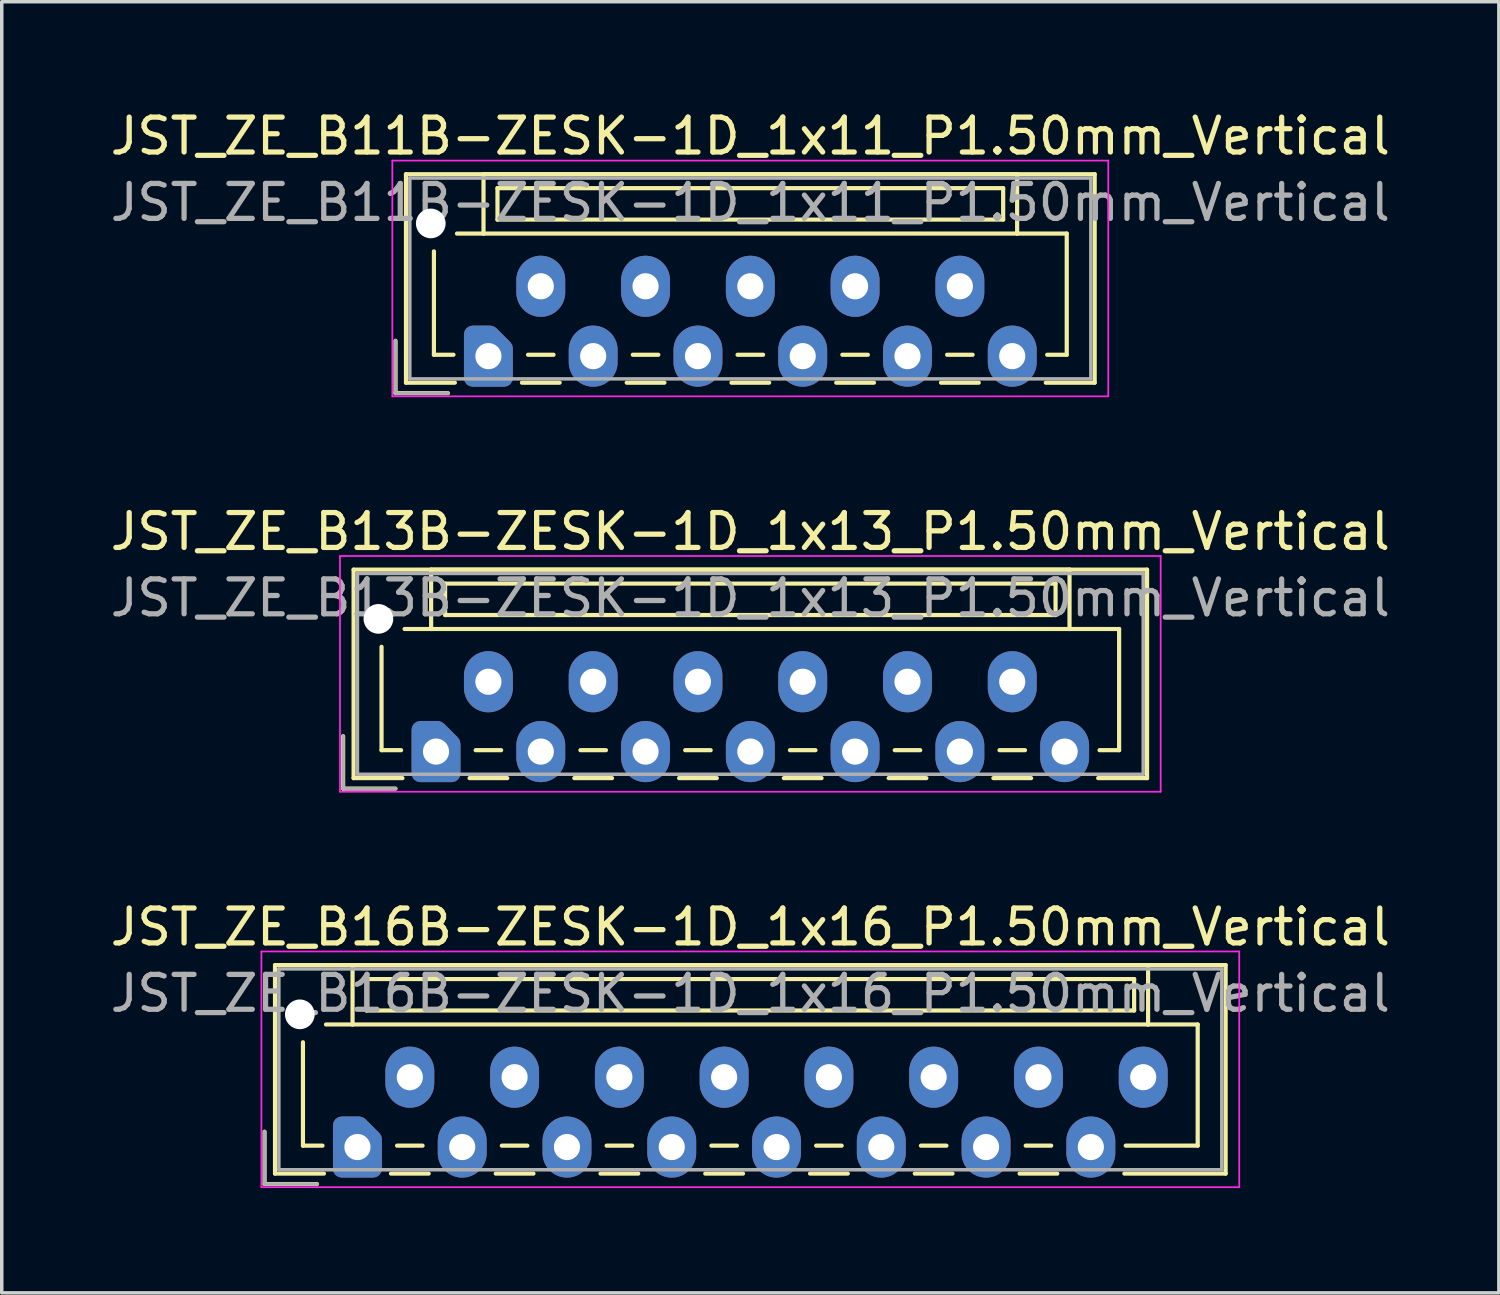
<source format=kicad_pcb>
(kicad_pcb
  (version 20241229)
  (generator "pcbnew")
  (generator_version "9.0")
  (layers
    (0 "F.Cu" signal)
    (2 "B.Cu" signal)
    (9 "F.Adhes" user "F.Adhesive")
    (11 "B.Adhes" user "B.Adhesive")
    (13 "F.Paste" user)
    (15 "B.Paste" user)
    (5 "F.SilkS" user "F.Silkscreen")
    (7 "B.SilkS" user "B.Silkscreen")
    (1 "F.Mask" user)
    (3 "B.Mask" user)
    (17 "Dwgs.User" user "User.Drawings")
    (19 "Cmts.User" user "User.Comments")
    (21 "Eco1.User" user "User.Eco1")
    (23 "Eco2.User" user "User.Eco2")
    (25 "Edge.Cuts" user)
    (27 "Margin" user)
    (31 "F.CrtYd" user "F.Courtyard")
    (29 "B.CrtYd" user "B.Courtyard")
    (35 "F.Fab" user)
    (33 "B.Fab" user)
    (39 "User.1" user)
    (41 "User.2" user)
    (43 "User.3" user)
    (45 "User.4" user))
  (footprint "JST_ZE_B13B-ZESK-1D_1x13_P1.50mm_Vertical"
    (layer "F.Cu")
    (at 9.435 18.471)
    (property "Reference" "JST_ZE_B13B-ZESK-1D_1x13_P1.50mm_Vertical" (at 9 -6.3 0) (layer "F.SilkS") (effects (font (size 1 1) (thickness 0.15))))
    (attr through_hole)
    (fp_line (start -2.66 -0.44) (end -2.66 1.06) (stroke (width 0.12) (type solid)) (layer "F.SilkS"))
    (fp_line (start -2.66 1.06) (end -1.16 1.06) (stroke (width 0.12) (type solid)) (layer "F.SilkS"))
    (fp_line (start -2.36 -5.21) (end 20.36 -5.21) (stroke (width 0.12) (type solid)) (layer "F.SilkS"))
    (fp_line (start -2.36 0.76) (end -2.36 -5.21) (stroke (width 0.12) (type solid)) (layer "F.SilkS"))
    (fp_line (start -1.56 -3) (end -1.56 -0.04) (stroke (width 0.12) (type solid)) (layer "F.SilkS"))
    (fp_line (start -1.56 -0.04) (end -1 -0.04) (stroke (width 0.12) (type solid)) (layer "F.SilkS"))
    (fp_line (start -0.96 0.76) (end -2.36 0.76) (stroke (width 0.12) (type solid)) (layer "F.SilkS"))
    (fp_line (start -0.14 -5.21) (end -0.14 -3.51) (stroke (width 0.12) (type solid)) (layer "F.SilkS"))
    (fp_line (start -0.14 -3.51) (end -0.9 -3.51) (stroke (width 0.12) (type solid)) (layer "F.SilkS"))
    (fp_line (start -0.14 -3.51) (end 18.14 -3.51) (stroke (width 0.12) (type solid)) (layer "F.SilkS"))
    (fp_line (start 0.26 -4.81) (end 0.26 -3.91) (stroke (width 0.12) (type solid)) (layer "F.SilkS"))
    (fp_line (start 0.26 -3.91) (end 17.74 -3.91) (stroke (width 0.12) (type solid)) (layer "F.SilkS"))
    (fp_line (start 0.96 0.76) (end 2.04 0.76) (stroke (width 0.12) (type solid)) (layer "F.SilkS"))
    (fp_line (start 1.135 -0.04) (end 1.865 -0.04) (stroke (width 0.12) (type solid)) (layer "F.SilkS"))
    (fp_line (start 3.96 0.76) (end 5.04 0.76) (stroke (width 0.12) (type solid)) (layer "F.SilkS"))
    (fp_line (start 4.135 -0.04) (end 4.865 -0.04) (stroke (width 0.12) (type solid)) (layer "F.SilkS"))
    (fp_line (start 6.96 0.76) (end 8.04 0.76) (stroke (width 0.12) (type solid)) (layer "F.SilkS"))
    (fp_line (start 7.135 -0.04) (end 7.865 -0.04) (stroke (width 0.12) (type solid)) (layer "F.SilkS"))
    (fp_line (start 9.96 0.76) (end 11.04 0.76) (stroke (width 0.12) (type solid)) (layer "F.SilkS"))
    (fp_line (start 10.135 -0.04) (end 10.865 -0.04) (stroke (width 0.12) (type solid)) (layer "F.SilkS"))
    (fp_line (start 12.96 0.76) (end 14.04 0.76) (stroke (width 0.12) (type solid)) (layer "F.SilkS"))
    (fp_line (start 13.135 -0.04) (end 13.865 -0.04) (stroke (width 0.12) (type solid)) (layer "F.SilkS"))
    (fp_line (start 15.96 0.76) (end 17.04 0.76) (stroke (width 0.12) (type solid)) (layer "F.SilkS"))
    (fp_line (start 16.135 -0.04) (end 16.865 -0.04) (stroke (width 0.12) (type solid)) (layer "F.SilkS"))
    (fp_line (start 17.74 -4.81) (end 0.26 -4.81) (stroke (width 0.12) (type solid)) (layer "F.SilkS"))
    (fp_line (start 17.74 -3.91) (end 17.74 -4.81) (stroke (width 0.12) (type solid)) (layer "F.SilkS"))
    (fp_line (start 18.14 -5.21) (end -0.14 -5.21) (stroke (width 0.12) (type solid)) (layer "F.SilkS"))
    (fp_line (start 18.14 -3.51) (end 18.14 -5.21) (stroke (width 0.12) (type solid)) (layer "F.SilkS"))
    (fp_line (start 18.14 -3.51) (end 19.56 -3.51) (stroke (width 0.12) (type solid)) (layer "F.SilkS"))
    (fp_line (start 19.56 -3.51) (end 19.56 -0.04) (stroke (width 0.12) (type solid)) (layer "F.SilkS"))
    (fp_line (start 19.56 -0.04) (end 19 -0.04) (stroke (width 0.12) (type solid)) (layer "F.SilkS"))
    (fp_line (start 20.36 -5.21) (end 20.36 0.76) (stroke (width 0.12) (type solid)) (layer "F.SilkS"))
    (fp_line (start 20.36 0.76) (end 18.96 0.76) (stroke (width 0.12) (type solid)) (layer "F.SilkS"))
    (fp_line (start -2.75 -5.6) (end -2.75 1.15) (stroke (width 0.05) (type solid)) (layer "F.CrtYd"))
    (fp_line (start -2.75 1.15) (end 20.75 1.15) (stroke (width 0.05) (type solid)) (layer "F.CrtYd"))
    (fp_line (start 20.75 -5.6) (end -2.75 -5.6) (stroke (width 0.05) (type solid)) (layer "F.CrtYd"))
    (fp_line (start 20.75 1.15) (end 20.75 -5.6) (stroke (width 0.05) (type solid)) (layer "F.CrtYd"))
    (fp_line (start -2.66 -0.44) (end -2.66 1.06) (stroke (width 0.1) (type solid)) (layer "F.Fab"))
    (fp_line (start -2.66 1.06) (end -1.16 1.06) (stroke (width 0.1) (type solid)) (layer "F.Fab"))
    (fp_line (start -2.25 -5.1) (end -2.25 0.65) (stroke (width 0.1) (type solid)) (layer "F.Fab"))
    (fp_line (start -2.25 0.65) (end 20.25 0.65) (stroke (width 0.1) (type solid)) (layer "F.Fab"))
    (fp_line (start 20.25 -5.1) (end -2.25 -5.1) (stroke (width 0.1) (type solid)) (layer "F.Fab"))
    (fp_line (start 20.25 0.65) (end 20.25 -5.1) (stroke (width 0.1) (type solid)) (layer "F.Fab"))
    (fp_text user "${REFERENCE}" (at 9 -4.4 0) (layer "F.Fab") (effects (font (size 1 1) (thickness 0.15))))
    (pad "" np_thru_hole circle (at -1.65 -3.8) (size 0.85 0.85) (drill 0.85) (layers "*.Cu" "*.Mask"))
    (pad "1" thru_hole custom (at 0 0) (size 1.117 1.117) (drill 0.75) (layers "*.Cu" "*.Mask") (options (anchor circle)) (primitives (gr_poly (pts (xy -0.45 -0.625) (xy 0.05 -0.625) (xy 0.45 -0.225) (xy 0.45 0.625) (xy -0.45 0.625)) (width 0.5) (fill yes))))
    (pad "2" thru_hole oval (at 1.5 -2) (size 1.4 1.75) (drill 0.75) (layers "*.Cu" "*.Mask"))
    (pad "3" thru_hole oval (at 3 0) (size 1.4 1.75) (drill 0.75) (layers "*.Cu" "*.Mask"))
    (pad "4" thru_hole oval (at 4.5 -2) (size 1.4 1.75) (drill 0.75) (layers "*.Cu" "*.Mask"))
    (pad "5" thru_hole oval (at 6 0) (size 1.4 1.75) (drill 0.75) (layers "*.Cu" "*.Mask"))
    (pad "6" thru_hole oval (at 7.5 -2) (size 1.4 1.75) (drill 0.75) (layers "*.Cu" "*.Mask"))
    (pad "7" thru_hole oval (at 9 0) (size 1.4 1.75) (drill 0.75) (layers "*.Cu" "*.Mask"))
    (pad "8" thru_hole oval (at 10.5 -2) (size 1.4 1.75) (drill 0.75) (layers "*.Cu" "*.Mask"))
    (pad "9" thru_hole oval (at 12 0) (size 1.4 1.75) (drill 0.75) (layers "*.Cu" "*.Mask"))
    (pad "10" thru_hole oval (at 13.5 -2) (size 1.4 1.75) (drill 0.75) (layers "*.Cu" "*.Mask"))
    (pad "11" thru_hole oval (at 15 0) (size 1.4 1.75) (drill 0.75) (layers "*.Cu" "*.Mask"))
    (pad "12" thru_hole oval (at 16.5 -2) (size 1.4 1.75) (drill 0.75) (layers "*.Cu" "*.Mask"))
    (pad "13" thru_hole oval (at 18 0) (size 1.4 1.75) (drill 0.75) (layers "*.Cu" "*.Mask")))
  (footprint "JST_ZE_B16B-ZESK-1D_1x16_P1.50mm_Vertical"
    (layer "F.Cu")
    (at 7.185 29.795)
    (property "Reference" "JST_ZE_B16B-ZESK-1D_1x16_P1.50mm_Vertical" (at 11.25 -6.3 0) (layer "F.SilkS") (effects (font (size 1 1) (thickness 0.15))))
    (attr through_hole)
    (fp_line (start -2.66 -0.44) (end -2.66 1.06) (stroke (width 0.12) (type solid)) (layer "F.SilkS"))
    (fp_line (start -2.66 1.06) (end -1.16 1.06) (stroke (width 0.12) (type solid)) (layer "F.SilkS"))
    (fp_line (start -2.36 -5.21) (end 24.86 -5.21) (stroke (width 0.12) (type solid)) (layer "F.SilkS"))
    (fp_line (start -2.36 0.76) (end -2.36 -5.21) (stroke (width 0.12) (type solid)) (layer "F.SilkS"))
    (fp_line (start -1.56 -3) (end -1.56 -0.04) (stroke (width 0.12) (type solid)) (layer "F.SilkS"))
    (fp_line (start -1.56 -0.04) (end -1 -0.04) (stroke (width 0.12) (type solid)) (layer "F.SilkS"))
    (fp_line (start -0.96 0.76) (end -2.36 0.76) (stroke (width 0.12) (type solid)) (layer "F.SilkS"))
    (fp_line (start -0.14 -5.21) (end -0.14 -3.51) (stroke (width 0.12) (type solid)) (layer "F.SilkS"))
    (fp_line (start -0.14 -3.51) (end -0.9 -3.51) (stroke (width 0.12) (type solid)) (layer "F.SilkS"))
    (fp_line (start -0.14 -3.51) (end 22.64 -3.51) (stroke (width 0.12) (type solid)) (layer "F.SilkS"))
    (fp_line (start 0.26 -4.81) (end 0.26 -3.91) (stroke (width 0.12) (type solid)) (layer "F.SilkS"))
    (fp_line (start 0.26 -3.91) (end 22.24 -3.91) (stroke (width 0.12) (type solid)) (layer "F.SilkS"))
    (fp_line (start 0.96 0.76) (end 2.04 0.76) (stroke (width 0.12) (type solid)) (layer "F.SilkS"))
    (fp_line (start 1.135 -0.04) (end 1.865 -0.04) (stroke (width 0.12) (type solid)) (layer "F.SilkS"))
    (fp_line (start 3.96 0.76) (end 5.04 0.76) (stroke (width 0.12) (type solid)) (layer "F.SilkS"))
    (fp_line (start 4.135 -0.04) (end 4.865 -0.04) (stroke (width 0.12) (type solid)) (layer "F.SilkS"))
    (fp_line (start 6.96 0.76) (end 8.04 0.76) (stroke (width 0.12) (type solid)) (layer "F.SilkS"))
    (fp_line (start 7.135 -0.04) (end 7.865 -0.04) (stroke (width 0.12) (type solid)) (layer "F.SilkS"))
    (fp_line (start 9.96 0.76) (end 11.04 0.76) (stroke (width 0.12) (type solid)) (layer "F.SilkS"))
    (fp_line (start 10.135 -0.04) (end 10.865 -0.04) (stroke (width 0.12) (type solid)) (layer "F.SilkS"))
    (fp_line (start 12.96 0.76) (end 14.04 0.76) (stroke (width 0.12) (type solid)) (layer "F.SilkS"))
    (fp_line (start 13.135 -0.04) (end 13.865 -0.04) (stroke (width 0.12) (type solid)) (layer "F.SilkS"))
    (fp_line (start 15.96 0.76) (end 17.04 0.76) (stroke (width 0.12) (type solid)) (layer "F.SilkS"))
    (fp_line (start 16.135 -0.04) (end 16.865 -0.04) (stroke (width 0.12) (type solid)) (layer "F.SilkS"))
    (fp_line (start 18.96 0.76) (end 20.04 0.76) (stroke (width 0.12) (type solid)) (layer "F.SilkS"))
    (fp_line (start 19.135 -0.04) (end 19.865 -0.04) (stroke (width 0.12) (type solid)) (layer "F.SilkS"))
    (fp_line (start 22.24 -4.81) (end 0.26 -4.81) (stroke (width 0.12) (type solid)) (layer "F.SilkS"))
    (fp_line (start 22.24 -3.91) (end 22.24 -4.81) (stroke (width 0.12) (type solid)) (layer "F.SilkS"))
    (fp_line (start 22.64 -5.21) (end -0.14 -5.21) (stroke (width 0.12) (type solid)) (layer "F.SilkS"))
    (fp_line (start 22.64 -3.51) (end 22.64 -5.21) (stroke (width 0.12) (type solid)) (layer "F.SilkS"))
    (fp_line (start 22.64 -3.51) (end 24.06 -3.51) (stroke (width 0.12) (type solid)) (layer "F.SilkS"))
    (fp_line (start 24.06 -3.51) (end 24.06 -0.04) (stroke (width 0.12) (type solid)) (layer "F.SilkS"))
    (fp_line (start 24.06 -0.04) (end 22 -0.04) (stroke (width 0.12) (type solid)) (layer "F.SilkS"))
    (fp_line (start 24.86 -5.21) (end 24.86 0.76) (stroke (width 0.12) (type solid)) (layer "F.SilkS"))
    (fp_line (start 24.86 0.76) (end 21.96 0.76) (stroke (width 0.12) (type solid)) (layer "F.SilkS"))
    (fp_line (start -2.75 -5.6) (end -2.75 1.15) (stroke (width 0.05) (type solid)) (layer "F.CrtYd"))
    (fp_line (start -2.75 1.15) (end 25.25 1.15) (stroke (width 0.05) (type solid)) (layer "F.CrtYd"))
    (fp_line (start 25.25 -5.6) (end -2.75 -5.6) (stroke (width 0.05) (type solid)) (layer "F.CrtYd"))
    (fp_line (start 25.25 1.15) (end 25.25 -5.6) (stroke (width 0.05) (type solid)) (layer "F.CrtYd"))
    (fp_line (start -2.66 -0.44) (end -2.66 1.06) (stroke (width 0.1) (type solid)) (layer "F.Fab"))
    (fp_line (start -2.66 1.06) (end -1.16 1.06) (stroke (width 0.1) (type solid)) (layer "F.Fab"))
    (fp_line (start -2.25 -5.1) (end -2.25 0.65) (stroke (width 0.1) (type solid)) (layer "F.Fab"))
    (fp_line (start -2.25 0.65) (end 24.75 0.65) (stroke (width 0.1) (type solid)) (layer "F.Fab"))
    (fp_line (start 24.75 -5.1) (end -2.25 -5.1) (stroke (width 0.1) (type solid)) (layer "F.Fab"))
    (fp_line (start 24.75 0.65) (end 24.75 -5.1) (stroke (width 0.1) (type solid)) (layer "F.Fab"))
    (fp_text user "${REFERENCE}" (at 11.25 -4.4 0) (layer "F.Fab") (effects (font (size 1 1) (thickness 0.15))))
    (pad "" np_thru_hole circle (at -1.65 -3.8) (size 0.85 0.85) (drill 0.85) (layers "*.Cu" "*.Mask"))
    (pad "1" thru_hole custom (at 0 0) (size 1.117 1.117) (drill 0.75) (layers "*.Cu" "*.Mask") (options (anchor circle)) (primitives (gr_poly (pts (xy -0.45 -0.625) (xy 0.05 -0.625) (xy 0.45 -0.225) (xy 0.45 0.625) (xy -0.45 0.625)) (width 0.5) (fill yes))))
    (pad "2" thru_hole oval (at 1.5 -2) (size 1.4 1.75) (drill 0.75) (layers "*.Cu" "*.Mask"))
    (pad "3" thru_hole oval (at 3 0) (size 1.4 1.75) (drill 0.75) (layers "*.Cu" "*.Mask"))
    (pad "4" thru_hole oval (at 4.5 -2) (size 1.4 1.75) (drill 0.75) (layers "*.Cu" "*.Mask"))
    (pad "5" thru_hole oval (at 6 0) (size 1.4 1.75) (drill 0.75) (layers "*.Cu" "*.Mask"))
    (pad "6" thru_hole oval (at 7.5 -2) (size 1.4 1.75) (drill 0.75) (layers "*.Cu" "*.Mask"))
    (pad "7" thru_hole oval (at 9 0) (size 1.4 1.75) (drill 0.75) (layers "*.Cu" "*.Mask"))
    (pad "8" thru_hole oval (at 10.5 -2) (size 1.4 1.75) (drill 0.75) (layers "*.Cu" "*.Mask"))
    (pad "9" thru_hole oval (at 12 0) (size 1.4 1.75) (drill 0.75) (layers "*.Cu" "*.Mask"))
    (pad "10" thru_hole oval (at 13.5 -2) (size 1.4 1.75) (drill 0.75) (layers "*.Cu" "*.Mask"))
    (pad "11" thru_hole oval (at 15 0) (size 1.4 1.75) (drill 0.75) (layers "*.Cu" "*.Mask"))
    (pad "12" thru_hole oval (at 16.5 -2) (size 1.4 1.75) (drill 0.75) (layers "*.Cu" "*.Mask"))
    (pad "13" thru_hole oval (at 18 0) (size 1.4 1.75) (drill 0.75) (layers "*.Cu" "*.Mask"))
    (pad "14" thru_hole oval (at 19.5 -2) (size 1.4 1.75) (drill 0.75) (layers "*.Cu" "*.Mask"))
    (pad "15" thru_hole oval (at 21 0) (size 1.4 1.75) (drill 0.75) (layers "*.Cu" "*.Mask"))
    (pad "16" thru_hole oval (at 22.5 -2) (size 1.4 1.75) (drill 0.75) (layers "*.Cu" "*.Mask")))
  (footprint "JST_ZE_B11B-ZESK-1D_1x11_P1.50mm_Vertical"
    (layer "F.Cu")
    (at 10.935 7.148)
    (property "Reference" "JST_ZE_B11B-ZESK-1D_1x11_P1.50mm_Vertical" (at 7.5 -6.3 0) (layer "F.SilkS") (effects (font (size 1 1) (thickness 0.15))))
    (attr through_hole)
    (fp_line (start -2.66 -0.44) (end -2.66 1.06) (stroke (width 0.12) (type solid)) (layer "F.SilkS"))
    (fp_line (start -2.66 1.06) (end -1.16 1.06) (stroke (width 0.12) (type solid)) (layer "F.SilkS"))
    (fp_line (start -2.36 -5.21) (end 17.36 -5.21) (stroke (width 0.12) (type solid)) (layer "F.SilkS"))
    (fp_line (start -2.36 0.76) (end -2.36 -5.21) (stroke (width 0.12) (type solid)) (layer "F.SilkS"))
    (fp_line (start -1.56 -3) (end -1.56 -0.04) (stroke (width 0.12) (type solid)) (layer "F.SilkS"))
    (fp_line (start -1.56 -0.04) (end -1 -0.04) (stroke (width 0.12) (type solid)) (layer "F.SilkS"))
    (fp_line (start -0.96 0.76) (end -2.36 0.76) (stroke (width 0.12) (type solid)) (layer "F.SilkS"))
    (fp_line (start -0.14 -5.21) (end -0.14 -3.51) (stroke (width 0.12) (type solid)) (layer "F.SilkS"))
    (fp_line (start -0.14 -3.51) (end -0.9 -3.51) (stroke (width 0.12) (type solid)) (layer "F.SilkS"))
    (fp_line (start -0.14 -3.51) (end 15.14 -3.51) (stroke (width 0.12) (type solid)) (layer "F.SilkS"))
    (fp_line (start 0.26 -4.81) (end 0.26 -3.91) (stroke (width 0.12) (type solid)) (layer "F.SilkS"))
    (fp_line (start 0.26 -3.91) (end 14.74 -3.91) (stroke (width 0.12) (type solid)) (layer "F.SilkS"))
    (fp_line (start 0.96 0.76) (end 2.04 0.76) (stroke (width 0.12) (type solid)) (layer "F.SilkS"))
    (fp_line (start 1.135 -0.04) (end 1.865 -0.04) (stroke (width 0.12) (type solid)) (layer "F.SilkS"))
    (fp_line (start 3.96 0.76) (end 5.04 0.76) (stroke (width 0.12) (type solid)) (layer "F.SilkS"))
    (fp_line (start 4.135 -0.04) (end 4.865 -0.04) (stroke (width 0.12) (type solid)) (layer "F.SilkS"))
    (fp_line (start 6.96 0.76) (end 8.04 0.76) (stroke (width 0.12) (type solid)) (layer "F.SilkS"))
    (fp_line (start 7.135 -0.04) (end 7.865 -0.04) (stroke (width 0.12) (type solid)) (layer "F.SilkS"))
    (fp_line (start 9.96 0.76) (end 11.04 0.76) (stroke (width 0.12) (type solid)) (layer "F.SilkS"))
    (fp_line (start 10.135 -0.04) (end 10.865 -0.04) (stroke (width 0.12) (type solid)) (layer "F.SilkS"))
    (fp_line (start 12.96 0.76) (end 14.04 0.76) (stroke (width 0.12) (type solid)) (layer "F.SilkS"))
    (fp_line (start 13.135 -0.04) (end 13.865 -0.04) (stroke (width 0.12) (type solid)) (layer "F.SilkS"))
    (fp_line (start 14.74 -4.81) (end 0.26 -4.81) (stroke (width 0.12) (type solid)) (layer "F.SilkS"))
    (fp_line (start 14.74 -3.91) (end 14.74 -4.81) (stroke (width 0.12) (type solid)) (layer "F.SilkS"))
    (fp_line (start 15.14 -5.21) (end -0.14 -5.21) (stroke (width 0.12) (type solid)) (layer "F.SilkS"))
    (fp_line (start 15.14 -3.51) (end 15.14 -5.21) (stroke (width 0.12) (type solid)) (layer "F.SilkS"))
    (fp_line (start 15.14 -3.51) (end 16.56 -3.51) (stroke (width 0.12) (type solid)) (layer "F.SilkS"))
    (fp_line (start 16.56 -3.51) (end 16.56 -0.04) (stroke (width 0.12) (type solid)) (layer "F.SilkS"))
    (fp_line (start 16.56 -0.04) (end 16 -0.04) (stroke (width 0.12) (type solid)) (layer "F.SilkS"))
    (fp_line (start 17.36 -5.21) (end 17.36 0.76) (stroke (width 0.12) (type solid)) (layer "F.SilkS"))
    (fp_line (start 17.36 0.76) (end 15.96 0.76) (stroke (width 0.12) (type solid)) (layer "F.SilkS"))
    (fp_line (start -2.75 -5.6) (end -2.75 1.15) (stroke (width 0.05) (type solid)) (layer "F.CrtYd"))
    (fp_line (start -2.75 1.15) (end 17.75 1.15) (stroke (width 0.05) (type solid)) (layer "F.CrtYd"))
    (fp_line (start 17.75 -5.6) (end -2.75 -5.6) (stroke (width 0.05) (type solid)) (layer "F.CrtYd"))
    (fp_line (start 17.75 1.15) (end 17.75 -5.6) (stroke (width 0.05) (type solid)) (layer "F.CrtYd"))
    (fp_line (start -2.66 -0.44) (end -2.66 1.06) (stroke (width 0.1) (type solid)) (layer "F.Fab"))
    (fp_line (start -2.66 1.06) (end -1.16 1.06) (stroke (width 0.1) (type solid)) (layer "F.Fab"))
    (fp_line (start -2.25 -5.1) (end -2.25 0.65) (stroke (width 0.1) (type solid)) (layer "F.Fab"))
    (fp_line (start -2.25 0.65) (end 17.25 0.65) (stroke (width 0.1) (type solid)) (layer "F.Fab"))
    (fp_line (start 17.25 -5.1) (end -2.25 -5.1) (stroke (width 0.1) (type solid)) (layer "F.Fab"))
    (fp_line (start 17.25 0.65) (end 17.25 -5.1) (stroke (width 0.1) (type solid)) (layer "F.Fab"))
    (fp_text user "${REFERENCE}" (at 7.5 -4.4 0) (layer "F.Fab") (effects (font (size 1 1) (thickness 0.15))))
    (pad "" np_thru_hole circle (at -1.65 -3.8) (size 0.85 0.85) (drill 0.85) (layers "*.Cu" "*.Mask"))
    (pad "1" thru_hole custom (at 0 0) (size 1.117 1.117) (drill 0.75) (layers "*.Cu" "*.Mask") (options (anchor circle)) (primitives (gr_poly (pts (xy -0.45 -0.625) (xy 0.05 -0.625) (xy 0.45 -0.225) (xy 0.45 0.625) (xy -0.45 0.625)) (width 0.5) (fill yes))))
    (pad "2" thru_hole oval (at 1.5 -2) (size 1.4 1.75) (drill 0.75) (layers "*.Cu" "*.Mask"))
    (pad "3" thru_hole oval (at 3 0) (size 1.4 1.75) (drill 0.75) (layers "*.Cu" "*.Mask"))
    (pad "4" thru_hole oval (at 4.5 -2) (size 1.4 1.75) (drill 0.75) (layers "*.Cu" "*.Mask"))
    (pad "5" thru_hole oval (at 6 0) (size 1.4 1.75) (drill 0.75) (layers "*.Cu" "*.Mask"))
    (pad "6" thru_hole oval (at 7.5 -2) (size 1.4 1.75) (drill 0.75) (layers "*.Cu" "*.Mask"))
    (pad "7" thru_hole oval (at 9 0) (size 1.4 1.75) (drill 0.75) (layers "*.Cu" "*.Mask"))
    (pad "8" thru_hole oval (at 10.5 -2) (size 1.4 1.75) (drill 0.75) (layers "*.Cu" "*.Mask"))
    (pad "9" thru_hole oval (at 12 0) (size 1.4 1.75) (drill 0.75) (layers "*.Cu" "*.Mask"))
    (pad "10" thru_hole oval (at 13.5 -2) (size 1.4 1.75) (drill 0.75) (layers "*.Cu" "*.Mask"))
    (pad "11" thru_hole oval (at 15 0) (size 1.4 1.75) (drill 0.75) (layers "*.Cu" "*.Mask")))
  (gr_rect
    (start -3 -3)
    (end 39.869 33.97)
    (stroke (width 0.1) (type default))
    (fill no)
    (layer "Edge.Cuts")))
</source>
